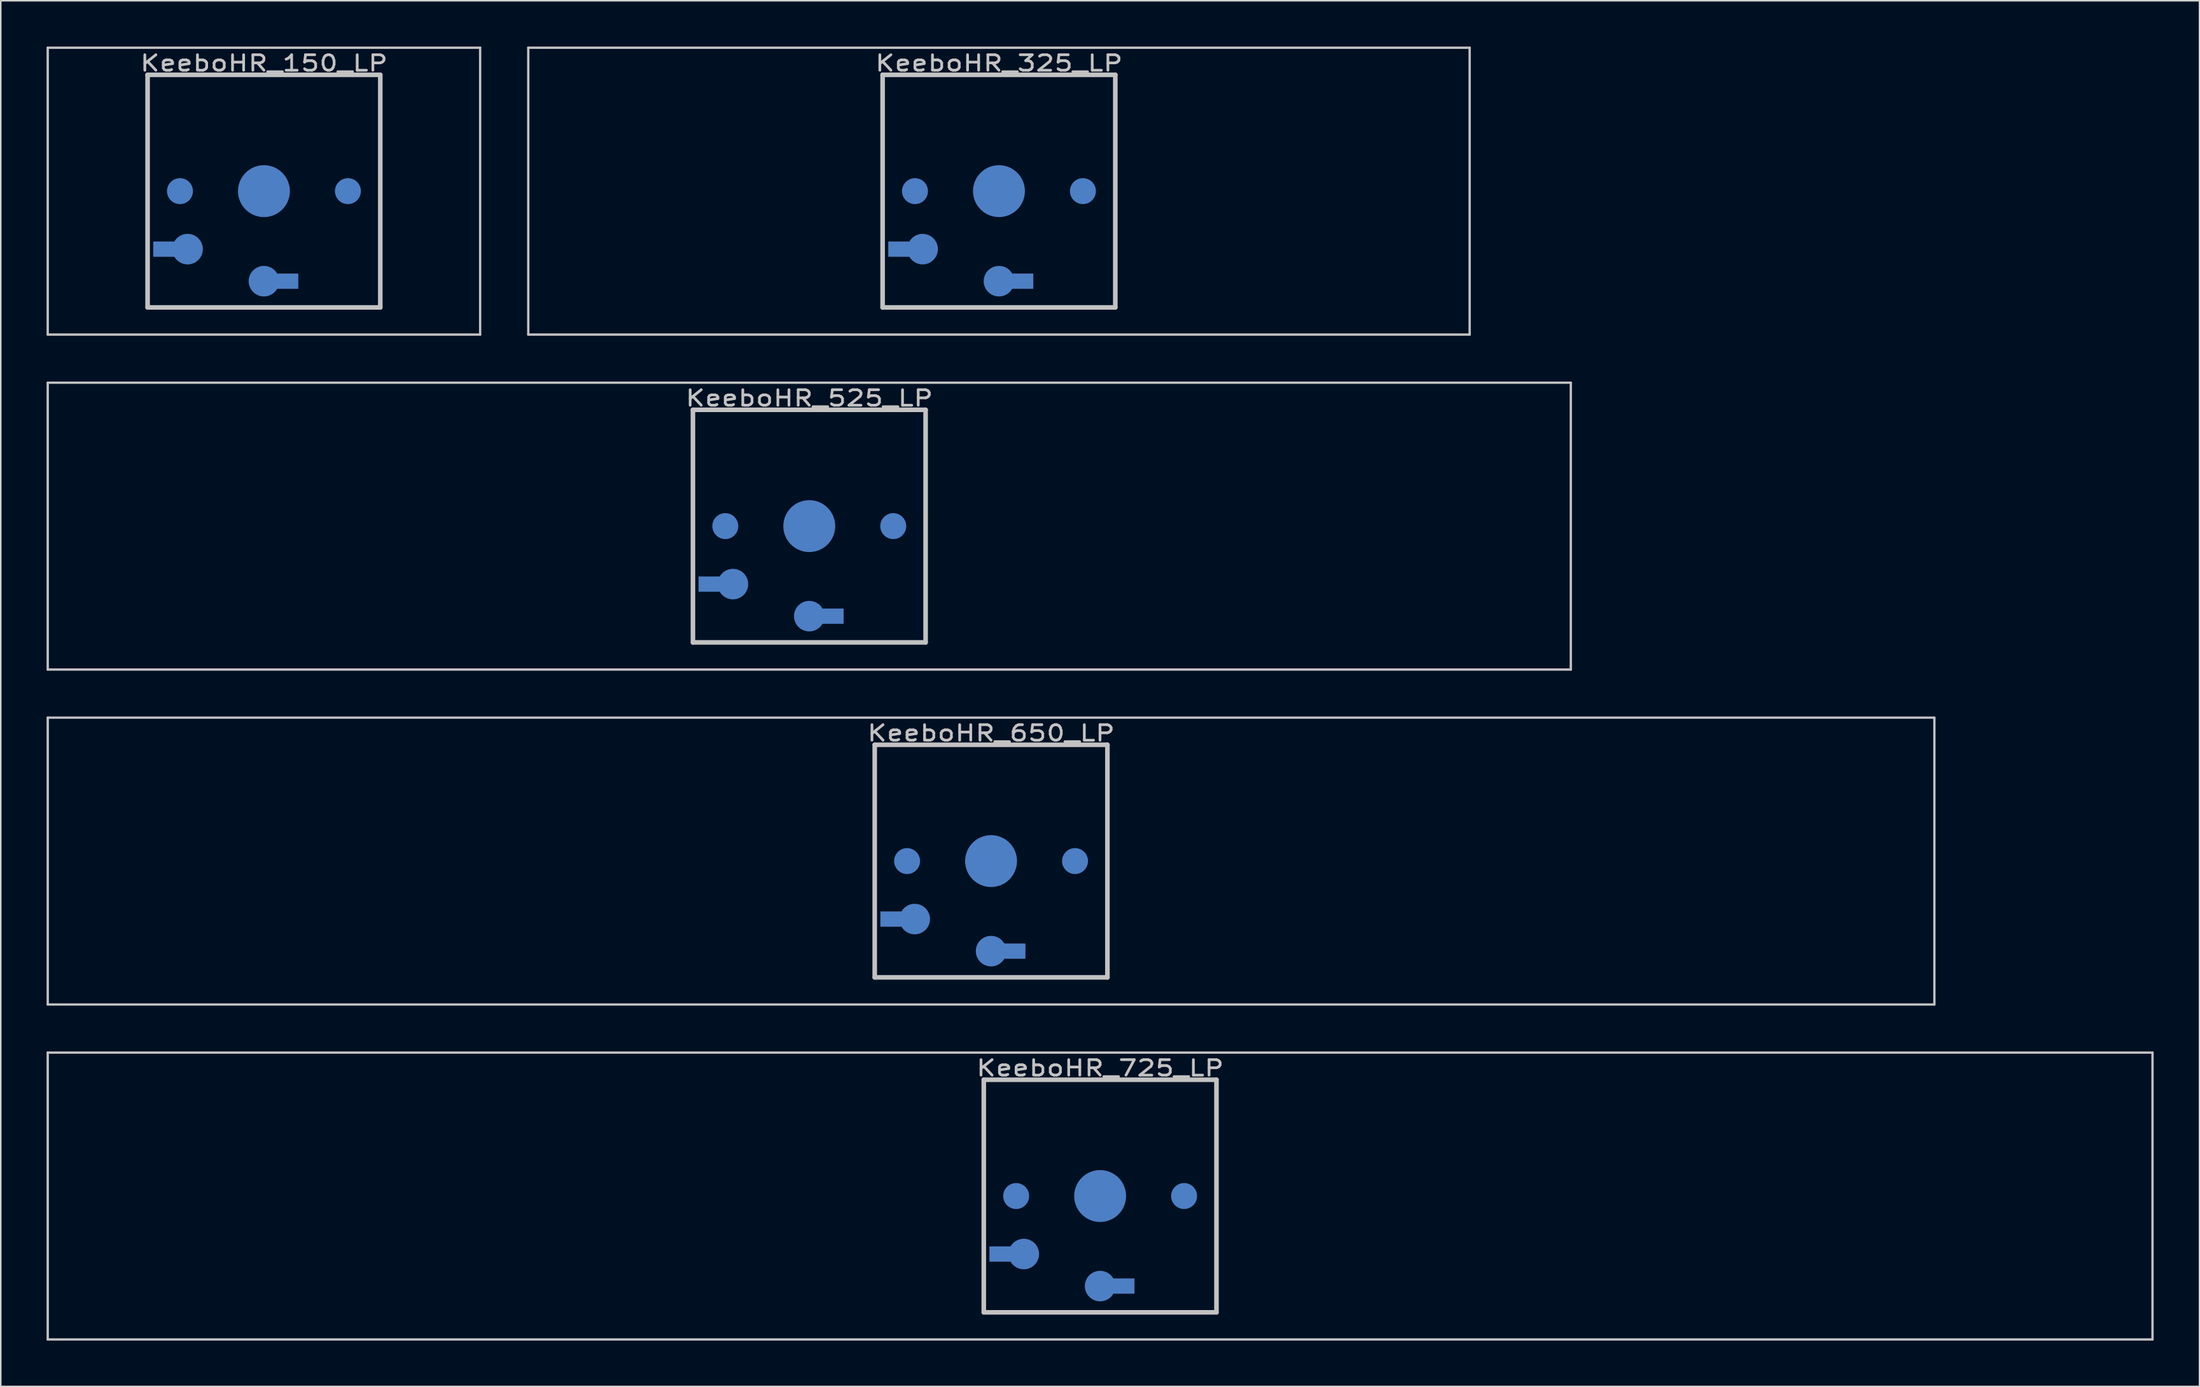
<source format=kicad_pcb>
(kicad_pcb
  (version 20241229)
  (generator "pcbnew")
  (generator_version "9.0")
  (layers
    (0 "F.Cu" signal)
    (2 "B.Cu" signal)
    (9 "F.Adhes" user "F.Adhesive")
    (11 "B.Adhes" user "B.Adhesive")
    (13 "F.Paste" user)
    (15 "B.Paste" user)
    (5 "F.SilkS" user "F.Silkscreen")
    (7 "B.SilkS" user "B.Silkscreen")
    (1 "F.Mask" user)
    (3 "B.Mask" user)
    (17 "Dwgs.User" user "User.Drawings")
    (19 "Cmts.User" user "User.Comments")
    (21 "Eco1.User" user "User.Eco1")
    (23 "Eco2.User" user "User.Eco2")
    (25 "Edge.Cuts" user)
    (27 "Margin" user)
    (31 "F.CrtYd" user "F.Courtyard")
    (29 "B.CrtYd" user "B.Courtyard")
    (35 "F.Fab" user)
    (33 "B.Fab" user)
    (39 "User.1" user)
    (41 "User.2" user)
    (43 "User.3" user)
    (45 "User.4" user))
  (footprint "KeeboHR_650_LP"
    (layer "B.Cu")
    (at 61.862 53.371)
    (property "Reference" "KeeboHR_650_LP" (at 0 -8.382 0) (layer "Dwgs.User") (effects (font (size 1.016 1.27) (thickness 0.178))))
    (attr through_hole)
    (fp_line (start -61.785 -9.398) (end 61.785 -9.398) (stroke (width 0.152) (type solid)) (layer "Dwgs.User"))
    (fp_line (start -61.785 9.398) (end -61.785 -9.398) (stroke (width 0.152) (type solid)) (layer "Dwgs.User"))
    (fp_line (start -7.62 -7.62) (end 7.62 -7.62) (stroke (width 0.3) (type solid)) (layer "Dwgs.User"))
    (fp_line (start -7.62 7.62) (end -7.62 -7.62) (stroke (width 0.3) (type solid)) (layer "Dwgs.User"))
    (fp_line (start 7.62 -7.62) (end 7.62 7.62) (stroke (width 0.3) (type solid)) (layer "Dwgs.User"))
    (fp_line (start 7.62 7.62) (end -7.62 7.62) (stroke (width 0.3) (type solid)) (layer "Dwgs.User"))
    (fp_line (start 61.785 -9.398) (end 61.785 9.398) (stroke (width 0.152) (type solid)) (layer "Dwgs.User"))
    (fp_line (start 61.785 9.398) (end -61.785 9.398) (stroke (width 0.152) (type solid)) (layer "Dwgs.User"))
    (pad "" smd circle (at -5.5 0) (size 1.7 1.7) (layers "B.Cu" "B.Mask"))
    (pad "" smd circle (at 0 0) (size 3.4 3.4) (layers "B.Cu" "B.Mask"))
    (pad "" smd circle (at 5.5 0) (size 1.7 1.7) (layers "B.Cu" "B.Mask"))
    (pad "1" smd circle (at 0 5.9) (size 2 2) (layers "B.Cu" "B.Mask"))
    (pad "1" smd rect (at 1.25 5.9) (size 2 1) (layers "B.Cu" "B.Mask"))
    (pad "2" smd rect (at -6.25 3.8) (size 2 1) (layers "B.Cu" "B.Mask"))
    (pad "2" smd circle (at -5 3.8) (size 2 2) (layers "B.Cu" "B.Mask")))
  (footprint "KeeboHR_525_LP"
    (layer "B.Cu")
    (at 49.955 31.423)
    (property "Reference" "KeeboHR_525_LP" (at 0 -8.382 0) (layer "Dwgs.User") (effects (font (size 1.016 1.27) (thickness 0.178))))
    (attr through_hole)
    (fp_line (start -49.879 -9.398) (end 49.879 -9.398) (stroke (width 0.152) (type solid)) (layer "Dwgs.User"))
    (fp_line (start -49.879 9.398) (end -49.879 -9.398) (stroke (width 0.152) (type solid)) (layer "Dwgs.User"))
    (fp_line (start -7.62 -7.62) (end 7.62 -7.62) (stroke (width 0.3) (type solid)) (layer "Dwgs.User"))
    (fp_line (start -7.62 7.62) (end -7.62 -7.62) (stroke (width 0.3) (type solid)) (layer "Dwgs.User"))
    (fp_line (start 7.62 -7.62) (end 7.62 7.62) (stroke (width 0.3) (type solid)) (layer "Dwgs.User"))
    (fp_line (start 7.62 7.62) (end -7.62 7.62) (stroke (width 0.3) (type solid)) (layer "Dwgs.User"))
    (fp_line (start 49.879 -9.398) (end 49.879 9.398) (stroke (width 0.152) (type solid)) (layer "Dwgs.User"))
    (fp_line (start 49.879 9.398) (end -49.879 9.398) (stroke (width 0.152) (type solid)) (layer "Dwgs.User"))
    (pad "" smd circle (at -5.5 0) (size 1.7 1.7) (layers "B.Cu" "B.Mask"))
    (pad "" smd circle (at 0 0) (size 3.4 3.4) (layers "B.Cu" "B.Mask"))
    (pad "" smd circle (at 5.5 0) (size 1.7 1.7) (layers "B.Cu" "B.Mask"))
    (pad "1" smd circle (at 0 5.9) (size 2 2) (layers "B.Cu" "B.Mask"))
    (pad "1" smd rect (at 1.25 5.9) (size 2 1) (layers "B.Cu" "B.Mask"))
    (pad "2" smd rect (at -6.25 3.8) (size 2 1) (layers "B.Cu" "B.Mask"))
    (pad "2" smd circle (at -5 3.8) (size 2 2) (layers "B.Cu" "B.Mask")))
  (footprint "KeeboHR_150_LP"
    (layer "B.Cu")
    (at 14.237 9.474)
    (property "Reference" "KeeboHR_150_LP" (at 0 -8.382 0) (layer "Dwgs.User") (effects (font (size 1.016 1.27) (thickness 0.178))))
    (attr through_hole)
    (fp_line (start -14.161 -9.398) (end 14.161 -9.398) (stroke (width 0.152) (type solid)) (layer "Dwgs.User"))
    (fp_line (start -14.161 9.398) (end -14.161 -9.398) (stroke (width 0.152) (type solid)) (layer "Dwgs.User"))
    (fp_line (start -7.62 -7.62) (end 7.62 -7.62) (stroke (width 0.3) (type solid)) (layer "Dwgs.User"))
    (fp_line (start -7.62 7.62) (end -7.62 -7.62) (stroke (width 0.3) (type solid)) (layer "Dwgs.User"))
    (fp_line (start 7.62 -7.62) (end 7.62 7.62) (stroke (width 0.3) (type solid)) (layer "Dwgs.User"))
    (fp_line (start 7.62 7.62) (end -7.62 7.62) (stroke (width 0.3) (type solid)) (layer "Dwgs.User"))
    (fp_line (start 14.161 -9.398) (end 14.161 9.398) (stroke (width 0.152) (type solid)) (layer "Dwgs.User"))
    (fp_line (start 14.161 9.398) (end -14.161 9.398) (stroke (width 0.152) (type solid)) (layer "Dwgs.User"))
    (pad "" smd circle (at -5.5 0) (size 1.7 1.7) (layers "B.Cu" "B.Mask"))
    (pad "" smd circle (at 0 0) (size 3.4 3.4) (layers "B.Cu" "B.Mask"))
    (pad "" smd circle (at 5.5 0) (size 1.7 1.7) (layers "B.Cu" "B.Mask"))
    (pad "1" smd circle (at 0 5.9) (size 2 2) (layers "B.Cu" "B.Mask"))
    (pad "1" smd rect (at 1.25 5.9) (size 2 1) (layers "B.Cu" "B.Mask"))
    (pad "2" smd rect (at -6.25 3.8) (size 2 1) (layers "B.Cu" "B.Mask"))
    (pad "2" smd circle (at -5 3.8) (size 2 2) (layers "B.Cu" "B.Mask")))
  (footprint "KeeboHR_725_LP"
    (layer "B.Cu")
    (at 69.005 75.319)
    (property "Reference" "KeeboHR_725_LP" (at 0 -8.382 0) (layer "Dwgs.User") (effects (font (size 1.016 1.27) (thickness 0.178))))
    (attr through_hole)
    (fp_line (start -68.929 -9.398) (end 68.929 -9.398) (stroke (width 0.152) (type solid)) (layer "Dwgs.User"))
    (fp_line (start -68.929 9.398) (end -68.929 -9.398) (stroke (width 0.152) (type solid)) (layer "Dwgs.User"))
    (fp_line (start -7.62 -7.62) (end 7.62 -7.62) (stroke (width 0.3) (type solid)) (layer "Dwgs.User"))
    (fp_line (start -7.62 7.62) (end -7.62 -7.62) (stroke (width 0.3) (type solid)) (layer "Dwgs.User"))
    (fp_line (start 7.62 -7.62) (end 7.62 7.62) (stroke (width 0.3) (type solid)) (layer "Dwgs.User"))
    (fp_line (start 7.62 7.62) (end -7.62 7.62) (stroke (width 0.3) (type solid)) (layer "Dwgs.User"))
    (fp_line (start 68.929 -9.398) (end 68.929 9.398) (stroke (width 0.152) (type solid)) (layer "Dwgs.User"))
    (fp_line (start 68.929 9.398) (end -68.929 9.398) (stroke (width 0.152) (type solid)) (layer "Dwgs.User"))
    (pad "" smd circle (at -5.5 0) (size 1.7 1.7) (layers "B.Cu" "B.Mask"))
    (pad "" smd circle (at 0 0) (size 3.4 3.4) (layers "B.Cu" "B.Mask"))
    (pad "" smd circle (at 5.5 0) (size 1.7 1.7) (layers "B.Cu" "B.Mask"))
    (pad "1" smd circle (at 0 5.9) (size 2 2) (layers "B.Cu" "B.Mask"))
    (pad "1" smd rect (at 1.25 5.9) (size 2 1) (layers "B.Cu" "B.Mask"))
    (pad "2" smd rect (at -6.25 3.8) (size 2 1) (layers "B.Cu" "B.Mask"))
    (pad "2" smd circle (at -5 3.8) (size 2 2) (layers "B.Cu" "B.Mask")))
  (footprint "KeeboHR_325_LP"
    (layer "B.Cu")
    (at 62.379 9.474)
    (property "Reference" "KeeboHR_325_LP" (at 0 -8.382 0) (layer "Dwgs.User") (effects (font (size 1.016 1.27) (thickness 0.178))))
    (attr through_hole)
    (fp_line (start -30.829 -9.398) (end 30.829 -9.398) (stroke (width 0.152) (type solid)) (layer "Dwgs.User"))
    (fp_line (start -30.829 9.398) (end -30.829 -9.398) (stroke (width 0.152) (type solid)) (layer "Dwgs.User"))
    (fp_line (start -7.62 -7.62) (end 7.62 -7.62) (stroke (width 0.3) (type solid)) (layer "Dwgs.User"))
    (fp_line (start -7.62 7.62) (end -7.62 -7.62) (stroke (width 0.3) (type solid)) (layer "Dwgs.User"))
    (fp_line (start 7.62 -7.62) (end 7.62 7.62) (stroke (width 0.3) (type solid)) (layer "Dwgs.User"))
    (fp_line (start 7.62 7.62) (end -7.62 7.62) (stroke (width 0.3) (type solid)) (layer "Dwgs.User"))
    (fp_line (start 30.829 -9.398) (end 30.829 9.398) (stroke (width 0.152) (type solid)) (layer "Dwgs.User"))
    (fp_line (start 30.829 9.398) (end -30.829 9.398) (stroke (width 0.152) (type solid)) (layer "Dwgs.User"))
    (pad "" smd circle (at -5.5 0) (size 1.7 1.7) (layers "B.Cu" "B.Mask"))
    (pad "" smd circle (at 0 0) (size 3.4 3.4) (layers "B.Cu" "B.Mask"))
    (pad "" smd circle (at 5.5 0) (size 1.7 1.7) (layers "B.Cu" "B.Mask"))
    (pad "1" smd circle (at 0 5.9) (size 2 2) (layers "B.Cu" "B.Mask"))
    (pad "1" smd rect (at 1.25 5.9) (size 2 1) (layers "B.Cu" "B.Mask"))
    (pad "2" smd rect (at -6.25 3.8) (size 2 1) (layers "B.Cu" "B.Mask"))
    (pad "2" smd circle (at -5 3.8) (size 2 2) (layers "B.Cu" "B.Mask")))
  (gr_rect
    (start -3 -3)
    (end 141.011 87.794)
    (stroke (width 0.1) (type default))
    (fill no)
    (layer "Edge.Cuts")))
</source>
